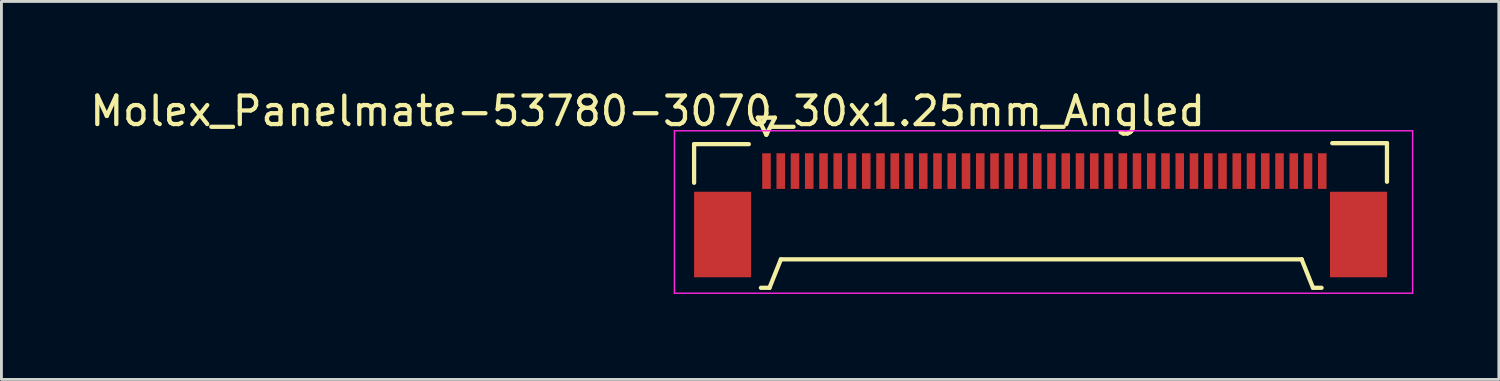
<source format=kicad_pcb>
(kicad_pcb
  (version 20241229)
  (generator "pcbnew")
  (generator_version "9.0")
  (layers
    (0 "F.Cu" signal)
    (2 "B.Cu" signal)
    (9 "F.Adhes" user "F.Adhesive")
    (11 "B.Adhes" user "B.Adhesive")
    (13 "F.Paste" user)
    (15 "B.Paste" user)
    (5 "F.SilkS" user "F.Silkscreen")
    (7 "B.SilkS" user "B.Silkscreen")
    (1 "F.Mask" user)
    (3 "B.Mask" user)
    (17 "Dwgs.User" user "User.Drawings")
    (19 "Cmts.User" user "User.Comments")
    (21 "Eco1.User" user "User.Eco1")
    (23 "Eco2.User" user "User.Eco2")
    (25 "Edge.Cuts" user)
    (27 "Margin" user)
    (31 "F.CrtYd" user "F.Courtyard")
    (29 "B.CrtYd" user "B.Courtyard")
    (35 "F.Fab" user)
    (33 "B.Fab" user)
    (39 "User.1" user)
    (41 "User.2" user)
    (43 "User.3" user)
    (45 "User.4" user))
  (footprint "Molex_Panelmate-53780-3070_30x1.25mm_Angled"
    (layer "F.Cu")
    (at 33.603 4.718)
    (property "Reference" "Molex_Panelmate-53780-3070_30x1.25mm_Angled" (at -13.93 -3.87 0) (layer "F.SilkS") (effects (font (size 1 1) (thickness 0.15))))
    (attr smd)
    (fp_line (start -12.3 -2.71) (end -12.3 -1.355) (stroke (width 0.15) (type solid)) (layer "F.SilkS"))
    (fp_line (start -10.38 -2.71) (end -12.3 -2.71) (stroke (width 0.15) (type solid)) (layer "F.SilkS"))
    (fp_line (start -10.065 -3.64) (end -9.765 -3.04) (stroke (width 0.15) (type solid)) (layer "F.SilkS"))
    (fp_line (start -9.955 2.33) (end -9.655 2.33) (stroke (width 0.15) (type solid)) (layer "F.SilkS"))
    (fp_line (start -9.765 -3.04) (end -9.465 -3.64) (stroke (width 0.15) (type solid)) (layer "F.SilkS"))
    (fp_line (start -9.655 2.33) (end -9.255 1.33) (stroke (width 0.15) (type solid)) (layer "F.SilkS"))
    (fp_line (start -9.465 -3.64) (end -10.065 -3.64) (stroke (width 0.15) (type solid)) (layer "F.SilkS"))
    (fp_line (start -9.255 1.33) (end 9.02 1.33) (stroke (width 0.15) (type solid)) (layer "F.SilkS"))
    (fp_line (start 9.015 1.33) (end 9.415 2.33) (stroke (width 0.15) (type solid)) (layer "F.SilkS"))
    (fp_line (start 9.415 2.33) (end 9.715 2.33) (stroke (width 0.15) (type solid)) (layer "F.SilkS"))
    (fp_line (start 12.01 -2.745) (end 10.09 -2.745) (stroke (width 0.15) (type solid)) (layer "F.SilkS"))
    (fp_line (start 12.01 -2.745) (end 12.01 -1.39) (stroke (width 0.15) (type solid)) (layer "F.SilkS"))
    (fp_line (start -12.99 -3.18) (end -12.99 2.52) (stroke (width 0.05) (type solid)) (layer "F.CrtYd"))
    (fp_line (start -12.99 2.52) (end 12.91 2.52) (stroke (width 0.05) (type solid)) (layer "F.CrtYd"))
    (fp_line (start 12.91 -3.18) (end -12.99 -3.18) (stroke (width 0.05) (type solid)) (layer "F.CrtYd"))
    (fp_line (start 12.91 2.52) (end 12.91 -3.18) (stroke (width 0.05) (type solid)) (layer "F.CrtYd"))
    (pad "" smd rect (at -11.3 0.46) (size 2 3) (layers "F.Cu" "F.Mask" "F.Paste"))
    (pad "" smd rect (at 11.01 0.46) (size 2 3) (layers "F.Cu" "F.Mask" "F.Paste"))
    (pad "1" smd rect (at -9.76 -1.765) (size 0.3 1.25) (layers "F.Cu" "F.Mask" "F.Paste"))
    (pad "2" smd rect (at -9.26 -1.765) (size 0.3 1.25) (layers "F.Cu" "F.Mask" "F.Paste"))
    (pad "3" smd rect (at -8.76 -1.765) (size 0.3 1.25) (layers "F.Cu" "F.Mask" "F.Paste"))
    (pad "4" smd rect (at -8.26 -1.765) (size 0.3 1.25) (layers "F.Cu" "F.Mask" "F.Paste"))
    (pad "5" smd rect (at -7.76 -1.765) (size 0.3 1.25) (layers "F.Cu" "F.Mask" "F.Paste"))
    (pad "6" smd rect (at -7.26 -1.765) (size 0.3 1.25) (layers "F.Cu" "F.Mask" "F.Paste"))
    (pad "7" smd rect (at -6.76 -1.765) (size 0.3 1.25) (layers "F.Cu" "F.Mask" "F.Paste"))
    (pad "8" smd rect (at -6.26 -1.765) (size 0.3 1.25) (layers "F.Cu" "F.Mask" "F.Paste"))
    (pad "9" smd rect (at -5.76 -1.765) (size 0.3 1.25) (layers "F.Cu" "F.Mask" "F.Paste"))
    (pad "10" smd rect (at -5.26 -1.765) (size 0.3 1.25) (layers "F.Cu" "F.Mask" "F.Paste"))
    (pad "11" smd rect (at -4.76 -1.765) (size 0.3 1.25) (layers "F.Cu" "F.Mask" "F.Paste"))
    (pad "12" smd rect (at -4.26 -1.765) (size 0.3 1.25) (layers "F.Cu" "F.Mask" "F.Paste"))
    (pad "13" smd rect (at -3.76 -1.765) (size 0.3 1.25) (layers "F.Cu" "F.Mask" "F.Paste"))
    (pad "14" smd rect (at -3.26 -1.765) (size 0.3 1.25) (layers "F.Cu" "F.Mask" "F.Paste"))
    (pad "15" smd rect (at -2.76 -1.765) (size 0.3 1.25) (layers "F.Cu" "F.Mask" "F.Paste"))
    (pad "16" smd rect (at -2.26 -1.765) (size 0.3 1.25) (layers "F.Cu" "F.Mask" "F.Paste"))
    (pad "17" smd rect (at -1.76 -1.765) (size 0.3 1.25) (layers "F.Cu" "F.Mask" "F.Paste"))
    (pad "18" smd rect (at -1.26 -1.765) (size 0.3 1.25) (layers "F.Cu" "F.Mask" "F.Paste"))
    (pad "19" smd rect (at -0.76 -1.765) (size 0.3 1.25) (layers "F.Cu" "F.Mask" "F.Paste"))
    (pad "20" smd rect (at -0.26 -1.765) (size 0.3 1.25) (layers "F.Cu" "F.Mask" "F.Paste"))
    (pad "21" smd rect (at 0.24 -1.765) (size 0.3 1.25) (layers "F.Cu" "F.Mask" "F.Paste"))
    (pad "22" smd rect (at 0.74 -1.765) (size 0.3 1.25) (layers "F.Cu" "F.Mask" "F.Paste"))
    (pad "23" smd rect (at 1.24 -1.765 180) (size 0.3 1.25) (layers "F.Cu" "F.Mask" "F.Paste"))
    (pad "24" smd rect (at 1.74 -1.765) (size 0.3 1.25) (layers "F.Cu" "F.Mask" "F.Paste"))
    (pad "25" smd rect (at 2.24 -1.765) (size 0.3 1.25) (layers "F.Cu" "F.Mask" "F.Paste"))
    (pad "26" smd rect (at 2.74 -1.765) (size 0.3 1.25) (layers "F.Cu" "F.Mask" "F.Paste"))
    (pad "27" smd rect (at 3.24 -1.765) (size 0.3 1.25) (layers "F.Cu" "F.Mask" "F.Paste"))
    (pad "28" smd rect (at 3.74 -1.765) (size 0.3 1.25) (layers "F.Cu" "F.Mask" "F.Paste"))
    (pad "29" smd rect (at 4.24 -1.765) (size 0.3 1.25) (layers "F.Cu" "F.Mask" "F.Paste"))
    (pad "30" smd rect (at 4.74 -1.765) (size 0.3 1.25) (layers "F.Cu" "F.Mask" "F.Paste"))
    (pad "31" smd rect (at 5.24 -1.765) (size 0.3 1.25) (layers "F.Cu" "F.Mask" "F.Paste"))
    (pad "32" smd rect (at 5.74 -1.765) (size 0.3 1.25) (layers "F.Cu" "F.Mask" "F.Paste"))
    (pad "33" smd rect (at 6.24 -1.765 180) (size 0.3 1.25) (layers "F.Cu" "F.Mask" "F.Paste"))
    (pad "34" smd rect (at 6.74 -1.765) (size 0.3 1.25) (layers "F.Cu" "F.Mask" "F.Paste"))
    (pad "35" smd rect (at 7.24 -1.765) (size 0.3 1.25) (layers "F.Cu" "F.Mask" "F.Paste"))
    (pad "36" smd rect (at 7.74 -1.765) (size 0.3 1.25) (layers "F.Cu" "F.Mask" "F.Paste"))
    (pad "37" smd rect (at 8.24 -1.765) (size 0.3 1.25) (layers "F.Cu" "F.Mask" "F.Paste"))
    (pad "38" smd rect (at 8.74 -1.765) (size 0.3 1.25) (layers "F.Cu" "F.Mask" "F.Paste"))
    (pad "39" smd rect (at 9.24 -1.765) (size 0.3 1.25) (layers "F.Cu" "F.Mask" "F.Paste"))
    (pad "40" smd rect (at 9.74 -1.765) (size 0.3 1.25) (layers "F.Cu" "F.Mask" "F.Paste")))
  (gr_rect
    (start -3 -3)
    (end 49.538 10.263)
    (stroke (width 0.1) (type default))
    (fill no)
    (layer "Edge.Cuts")))
</source>
